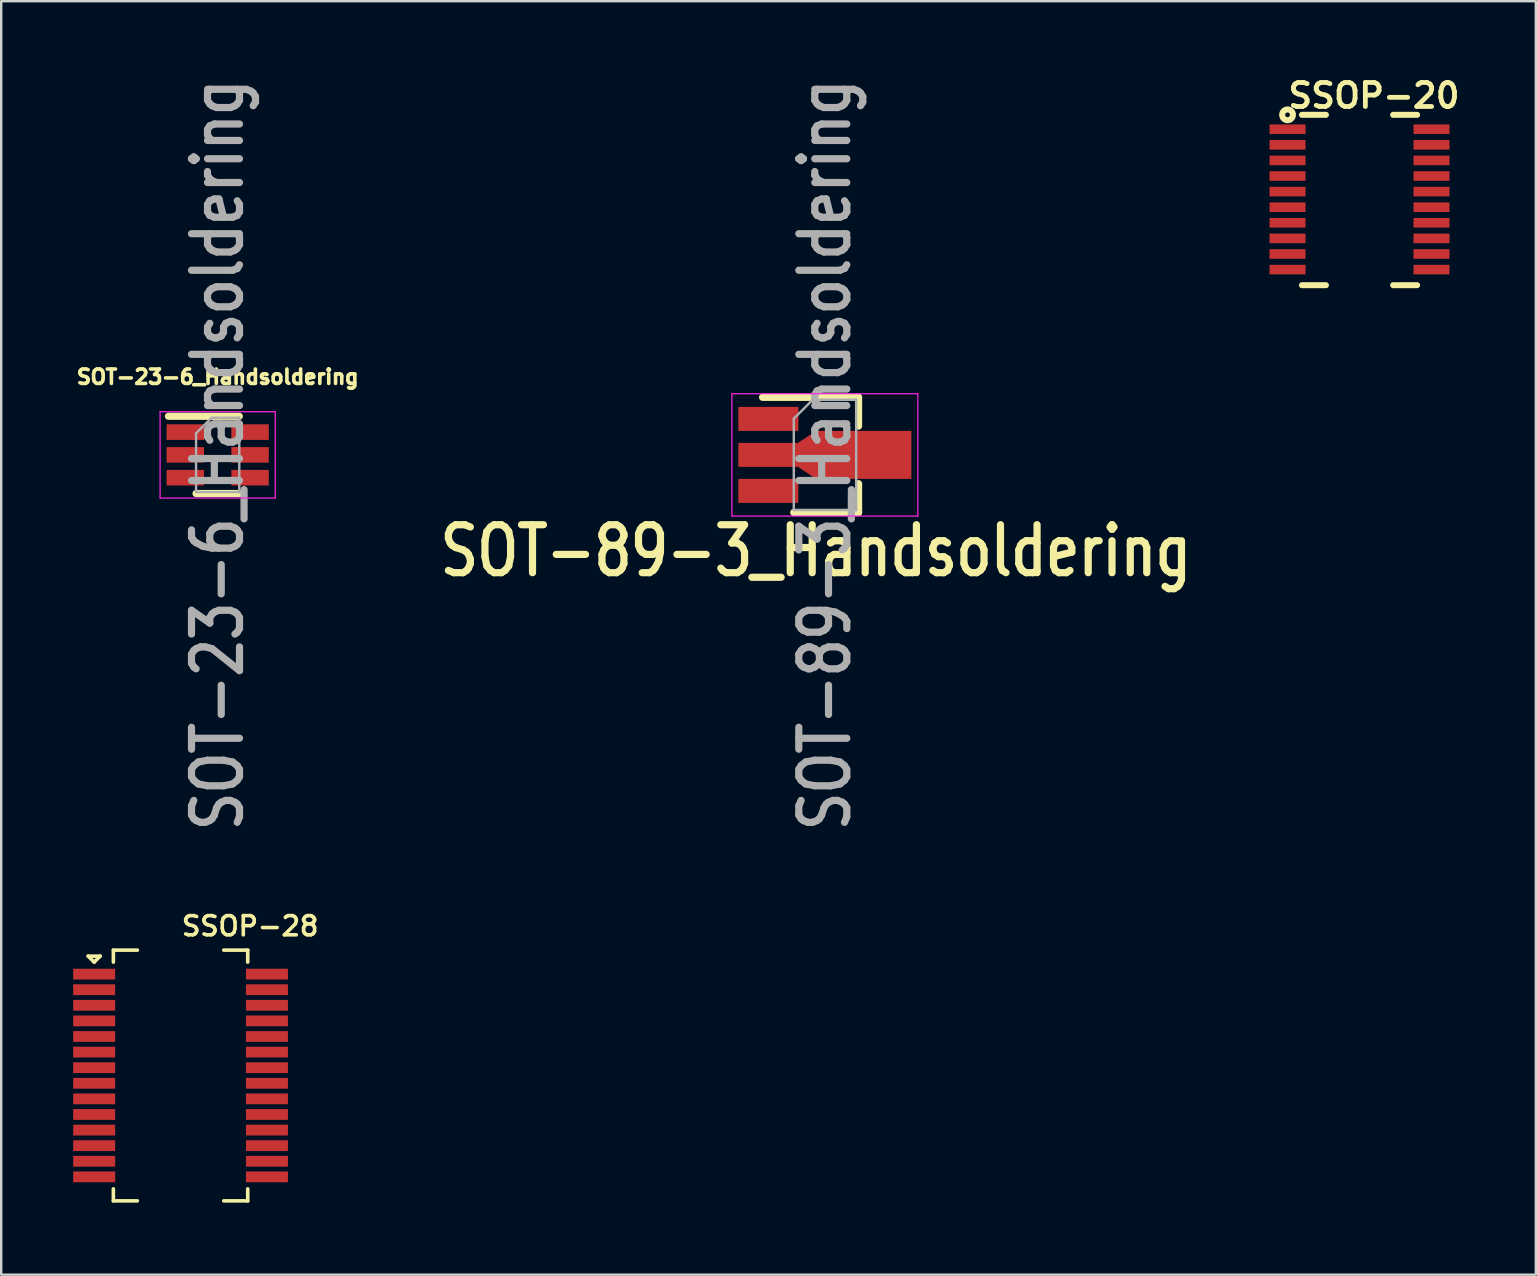
<source format=kicad_pcb>
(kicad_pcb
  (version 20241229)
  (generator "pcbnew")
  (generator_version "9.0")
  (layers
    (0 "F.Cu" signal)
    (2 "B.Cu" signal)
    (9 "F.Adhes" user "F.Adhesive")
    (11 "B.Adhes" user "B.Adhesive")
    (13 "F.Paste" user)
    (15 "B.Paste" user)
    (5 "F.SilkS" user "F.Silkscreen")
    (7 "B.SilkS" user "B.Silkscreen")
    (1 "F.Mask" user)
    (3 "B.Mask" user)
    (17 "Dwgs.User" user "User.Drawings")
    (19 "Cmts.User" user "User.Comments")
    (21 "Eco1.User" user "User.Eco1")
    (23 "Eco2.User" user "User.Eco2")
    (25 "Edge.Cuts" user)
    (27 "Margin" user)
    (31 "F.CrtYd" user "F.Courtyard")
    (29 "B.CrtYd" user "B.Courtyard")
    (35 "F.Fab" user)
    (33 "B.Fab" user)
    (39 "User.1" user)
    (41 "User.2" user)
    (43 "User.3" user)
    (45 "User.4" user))
  (footprint "SSOP-28"
    (layer "F.Cu")
    (at 0.875 37.549)
    (property "Reference" "SSOP-28" (at 6.5 -2 0) (layer "F.SilkS") (effects (font (size 0.8 0.8) (thickness 0.15))))
    (attr through_hole)
    (fp_line (start -0.25 -0.75) (end 0 -0.5) (stroke (width 0.15) (type solid)) (layer "F.SilkS"))
    (fp_line (start 0 -0.5) (end 0.25 -0.75) (stroke (width 0.15) (type solid)) (layer "F.SilkS"))
    (fp_line (start 0.25 -0.75) (end -0.25 -0.75) (stroke (width 0.15) (type solid)) (layer "F.SilkS"))
    (fp_line (start 0.8 -1) (end 1.8 -1) (stroke (width 0.15) (type solid)) (layer "F.SilkS"))
    (fp_line (start 0.8 -0.5) (end 0.8 -1) (stroke (width 0.15) (type solid)) (layer "F.SilkS"))
    (fp_line (start 0.8 9.45) (end 0.8 8.95) (stroke (width 0.15) (type solid)) (layer "F.SilkS"))
    (fp_line (start 0.8 9.45) (end 1.8 9.45) (stroke (width 0.15) (type solid)) (layer "F.SilkS"))
    (fp_line (start 6.4 -1) (end 5.4 -1) (stroke (width 0.15) (type solid)) (layer "F.SilkS"))
    (fp_line (start 6.4 -1) (end 6.4 -0.5) (stroke (width 0.15) (type solid)) (layer "F.SilkS"))
    (fp_line (start 6.4 8.95) (end 6.4 9.45) (stroke (width 0.15) (type solid)) (layer "F.SilkS"))
    (fp_line (start 6.4 9.45) (end 5.4 9.45) (stroke (width 0.15) (type solid)) (layer "F.SilkS"))
    (pad "1" smd rect (at 0 0) (size 1.75 0.45) (layers "F.Cu" "F.Mask" "F.Paste"))
    (pad "2" smd rect (at 0 0.65) (size 1.75 0.45) (layers "F.Cu" "F.Mask" "F.Paste"))
    (pad "3" smd rect (at 0 1.3) (size 1.75 0.45) (layers "F.Cu" "F.Mask" "F.Paste"))
    (pad "4" smd rect (at 0 1.95) (size 1.75 0.45) (layers "F.Cu" "F.Mask" "F.Paste"))
    (pad "5" smd rect (at 0 2.6) (size 1.75 0.45) (layers "F.Cu" "F.Mask" "F.Paste"))
    (pad "6" smd rect (at 0 3.25) (size 1.75 0.45) (layers "F.Cu" "F.Mask" "F.Paste"))
    (pad "7" smd rect (at 0 3.9) (size 1.75 0.45) (layers "F.Cu" "F.Mask" "F.Paste"))
    (pad "8" smd rect (at 0 4.55) (size 1.75 0.45) (layers "F.Cu" "F.Mask" "F.Paste"))
    (pad "9" smd rect (at 0 5.2) (size 1.75 0.45) (layers "F.Cu" "F.Mask" "F.Paste"))
    (pad "10" smd rect (at 0 5.85) (size 1.75 0.45) (layers "F.Cu" "F.Mask" "F.Paste"))
    (pad "11" smd rect (at 0 6.5) (size 1.75 0.45) (layers "F.Cu" "F.Mask" "F.Paste"))
    (pad "12" smd rect (at 0 7.15) (size 1.75 0.45) (layers "F.Cu" "F.Mask" "F.Paste"))
    (pad "13" smd rect (at 0 7.8) (size 1.75 0.45) (layers "F.Cu" "F.Mask" "F.Paste"))
    (pad "14" smd rect (at 0 8.45) (size 1.75 0.45) (layers "F.Cu" "F.Mask" "F.Paste"))
    (pad "15" smd rect (at 7.2 8.45) (size 1.75 0.45) (layers "F.Cu" "F.Mask" "F.Paste"))
    (pad "16" smd rect (at 7.2 7.8) (size 1.75 0.45) (layers "F.Cu" "F.Mask" "F.Paste"))
    (pad "17" smd rect (at 7.2 7.15) (size 1.75 0.45) (layers "F.Cu" "F.Mask" "F.Paste"))
    (pad "18" smd rect (at 7.2 6.5) (size 1.75 0.45) (layers "F.Cu" "F.Mask" "F.Paste"))
    (pad "19" smd rect (at 7.2 5.85) (size 1.75 0.45) (layers "F.Cu" "F.Mask" "F.Paste"))
    (pad "20" smd rect (at 7.2 5.2) (size 1.75 0.45) (layers "F.Cu" "F.Mask" "F.Paste"))
    (pad "21" smd rect (at 7.2 4.55) (size 1.75 0.45) (layers "F.Cu" "F.Mask" "F.Paste"))
    (pad "22" smd rect (at 7.2 3.9) (size 1.75 0.45) (layers "F.Cu" "F.Mask" "F.Paste"))
    (pad "23" smd rect (at 7.2 3.25) (size 1.75 0.45) (layers "F.Cu" "F.Mask" "F.Paste"))
    (pad "24" smd rect (at 7.2 2.6) (size 1.75 0.45) (layers "F.Cu" "F.Mask" "F.Paste"))
    (pad "25" smd rect (at 7.2 1.95) (size 1.75 0.45) (layers "F.Cu" "F.Mask" "F.Paste"))
    (pad "26" smd rect (at 7.2 1.3) (size 1.75 0.45) (layers "F.Cu" "F.Mask" "F.Paste"))
    (pad "27" smd rect (at 7.2 0.65) (size 1.75 0.45) (layers "F.Cu" "F.Mask" "F.Paste"))
    (pad "28" smd rect (at 7.2 0) (size 1.75 0.45) (layers "F.Cu" "F.Mask" "F.Paste")))
  (footprint "SSOP-20"
    (layer "F.Cu")
    (at 50.612 2.336)
    (property "Reference" "SSOP-20" (at 3.6 -1.4 0) (layer "F.SilkS") (effects (font (size 1 1) (thickness 0.2))))
    (attr through_hole)
    (fp_line (start 0.6 -0.6) (end 1.6 -0.6) (stroke (width 0.25) (type solid)) (layer "F.SilkS"))
    (fp_line (start 0.6 6.5) (end 1.6 6.5) (stroke (width 0.25) (type solid)) (layer "F.SilkS"))
    (fp_line (start 4.4 -0.6) (end 5.4 -0.6) (stroke (width 0.25) (type solid)) (layer "F.SilkS"))
    (fp_line (start 4.4 6.5) (end 5.4 6.5) (stroke (width 0.25) (type solid)) (layer "F.SilkS"))
    (fp_circle (center 0 -0.6) (end 0.1 -0.6) (stroke (width 0.25) (type solid)) (fill no) (layer "F.SilkS"))
    (pad "1" smd rect (at 0 0) (size 1.5 0.4) (layers "F.Cu" "F.Mask" "F.Paste"))
    (pad "2" smd rect (at 0 0.65) (size 1.5 0.4) (layers "F.Cu" "F.Mask" "F.Paste"))
    (pad "3" smd rect (at 0 1.3) (size 1.5 0.4) (layers "F.Cu" "F.Mask" "F.Paste"))
    (pad "4" smd rect (at 0 1.95) (size 1.5 0.4) (layers "F.Cu" "F.Mask" "F.Paste"))
    (pad "5" smd rect (at 0 2.6) (size 1.5 0.4) (layers "F.Cu" "F.Mask" "F.Paste"))
    (pad "6" smd rect (at 0 3.25) (size 1.5 0.4) (layers "F.Cu" "F.Mask" "F.Paste"))
    (pad "7" smd rect (at 0 3.9) (size 1.5 0.4) (layers "F.Cu" "F.Mask" "F.Paste"))
    (pad "8" smd rect (at 0 4.55) (size 1.5 0.4) (layers "F.Cu" "F.Mask" "F.Paste"))
    (pad "9" smd rect (at 0 5.2) (size 1.5 0.4) (layers "F.Cu" "F.Mask" "F.Paste"))
    (pad "10" smd rect (at 0 5.85) (size 1.5 0.4) (layers "F.Cu" "F.Mask" "F.Paste"))
    (pad "11" smd rect (at 6 5.85) (size 1.5 0.4) (layers "F.Cu" "F.Mask" "F.Paste"))
    (pad "12" smd rect (at 6 5.2) (size 1.5 0.4) (layers "F.Cu" "F.Mask" "F.Paste"))
    (pad "13" smd rect (at 6 4.55) (size 1.5 0.4) (layers "F.Cu" "F.Mask" "F.Paste"))
    (pad "14" smd rect (at 6 3.9) (size 1.5 0.4) (layers "F.Cu" "F.Mask" "F.Paste"))
    (pad "15" smd rect (at 6 3.25) (size 1.5 0.4) (layers "F.Cu" "F.Mask" "F.Paste"))
    (pad "16" smd rect (at 6 2.6) (size 1.5 0.4) (layers "F.Cu" "F.Mask" "F.Paste"))
    (pad "17" smd rect (at 6 1.95) (size 1.5 0.4) (layers "F.Cu" "F.Mask" "F.Paste"))
    (pad "18" smd rect (at 6 1.3) (size 1.5 0.4) (layers "F.Cu" "F.Mask" "F.Paste"))
    (pad "19" smd rect (at 6 0.65) (size 1.5 0.4) (layers "F.Cu" "F.Mask" "F.Paste"))
    (pad "20" smd rect (at 6 0) (size 1.5 0.4) (layers "F.Cu" "F.Mask" "F.Paste")))
  (footprint "SOT-23-6_Handsoldering"
    (layer "F.Cu")
    (at 6.022 15.909)
    (property "Reference" "SOT-23-6_Handsoldering" (at 0 -3.25 0) (layer "F.SilkS") (effects (font (size 0.6 0.6) (thickness 0.15))))
    (attr smd)
    (fp_line (start -0.9 1.61) (end 0.9 1.61) (stroke (width 0.3) (type solid)) (layer "F.SilkS"))
    (fp_line (start 0.9 -1.61) (end -2.05 -1.61) (stroke (width 0.3) (type solid)) (layer "F.SilkS"))
    (fp_line (start -2.4 -1.8) (end 2.4 -1.8) (stroke (width 0.05) (type solid)) (layer "F.CrtYd"))
    (fp_line (start -2.4 1.8) (end -2.4 -1.8) (stroke (width 0.05) (type solid)) (layer "F.CrtYd"))
    (fp_line (start 2.4 -1.8) (end 2.4 1.8) (stroke (width 0.05) (type solid)) (layer "F.CrtYd"))
    (fp_line (start 2.4 1.8) (end -2.4 1.8) (stroke (width 0.05) (type solid)) (layer "F.CrtYd"))
    (fp_line (start -0.9 -0.9) (end -0.9 1.55) (stroke (width 0.1) (type solid)) (layer "F.Fab"))
    (fp_line (start -0.9 -0.9) (end -0.25 -1.55) (stroke (width 0.1) (type solid)) (layer "F.Fab"))
    (fp_line (start 0.9 -1.55) (end -0.25 -1.55) (stroke (width 0.1) (type solid)) (layer "F.Fab"))
    (fp_line (start 0.9 -1.55) (end 0.9 1.55) (stroke (width 0.1) (type solid)) (layer "F.Fab"))
    (fp_line (start 0.9 1.55) (end -0.9 1.55) (stroke (width 0.1) (type solid)) (layer "F.Fab"))
    (fp_text user "${REFERENCE}" (at 0 0 90) (layer "F.Fab") (effects (font (size 2 1.6) (thickness 0.3))))
    (pad "1" smd rect (at -1.35 -0.95) (size 1.56 0.65) (layers "F.Cu" "F.Mask" "F.Paste"))
    (pad "2" smd rect (at -1.35 0) (size 1.56 0.65) (layers "F.Cu" "F.Mask" "F.Paste"))
    (pad "3" smd rect (at -1.35 0.95) (size 1.56 0.65) (layers "F.Cu" "F.Mask" "F.Paste"))
    (pad "4" smd rect (at 1.35 0.95) (size 1.56 0.65) (layers "F.Cu" "F.Mask" "F.Paste"))
    (pad "5" smd rect (at 1.35 0) (size 1.56 0.65) (layers "F.Cu" "F.Mask" "F.Paste"))
    (pad "6" smd rect (at 1.35 -0.95) (size 1.56 0.65) (layers "F.Cu" "F.Mask" "F.Paste")))
  (footprint "SOT-89-3_Handsoldering"
    (layer "F.Cu")
    (at 30.953 15.909)
    (property "Reference" "SOT-89-3_Handsoldering" (at 0 4 0) (layer "F.SilkS") (effects (font (size 2 1.6) (thickness 0.3))))
    (attr smd)
    (fp_line (start -2.22 -2.4) (end 1.78 -2.4) (stroke (width 0.3) (type solid)) (layer "F.SilkS"))
    (fp_line (start 1.78 -2.4) (end 1.78 -1.2) (stroke (width 0.3) (type solid)) (layer "F.SilkS"))
    (fp_line (start 1.78 1.2) (end 1.78 2.4) (stroke (width 0.3) (type solid)) (layer "F.SilkS"))
    (fp_line (start 1.78 2.4) (end -0.92 2.4) (stroke (width 0.3) (type solid)) (layer "F.SilkS"))
    (fp_line (start -3.5 -2.55) (end -3.5 2.55) (stroke (width 0.05) (type solid)) (layer "F.CrtYd"))
    (fp_line (start -3.5 2.55) (end 4.25 2.55) (stroke (width 0.05) (type solid)) (layer "F.CrtYd"))
    (fp_line (start 4.25 -2.55) (end -3.5 -2.55) (stroke (width 0.05) (type solid)) (layer "F.CrtYd"))
    (fp_line (start 4.25 2.55) (end 4.25 -2.55) (stroke (width 0.05) (type solid)) (layer "F.CrtYd"))
    (fp_line (start -0.92 -1.51) (end -0.13 -2.3) (stroke (width 0.1) (type solid)) (layer "F.Fab"))
    (fp_line (start -0.92 2.3) (end -0.92 -1.51) (stroke (width 0.1) (type solid)) (layer "F.Fab"))
    (fp_line (start -0.13 -2.3) (end 1.68 -2.3) (stroke (width 0.1) (type solid)) (layer "F.Fab"))
    (fp_line (start 1.68 -2.3) (end 1.68 2.3) (stroke (width 0.1) (type solid)) (layer "F.Fab"))
    (fp_line (start 1.68 2.3) (end -0.92 2.3) (stroke (width 0.1) (type solid)) (layer "F.Fab"))
    (fp_text user "${REFERENCE}" (at 0.38 0 90) (layer "F.Fab") (effects (font (size 2 1.6) (thickness 0.3))))
    (pad "1" smd rect (at -1.98 -1.5 270) (size 1 2.5) (layers "F.Cu" "F.Mask" "F.Paste"))
    (pad "2" smd rect (at -1.98 0 270) (size 1 2.5) (layers "F.Cu" "F.Mask" "F.Paste"))
    (pad "2" smd trapezoid (at -0.37 0 90) (size 1.5 0.75) (rect_delta 0 0.5) (layers "F.Cu" "F.Mask" "F.Paste"))
    (pad "2" smd rect (at 1.98 0 270) (size 2 4) (layers "F.Cu" "F.Mask" "F.Paste"))
    (pad "3" smd rect (at -1.98 1.5 270) (size 1 2.5) (layers "F.Cu" "F.Mask" "F.Paste")))
  (gr_rect
    (start -3 -3)
    (end 60.96 50.074)
    (stroke (width 0.1) (type default))
    (fill no)
    (layer "Edge.Cuts")))
</source>
